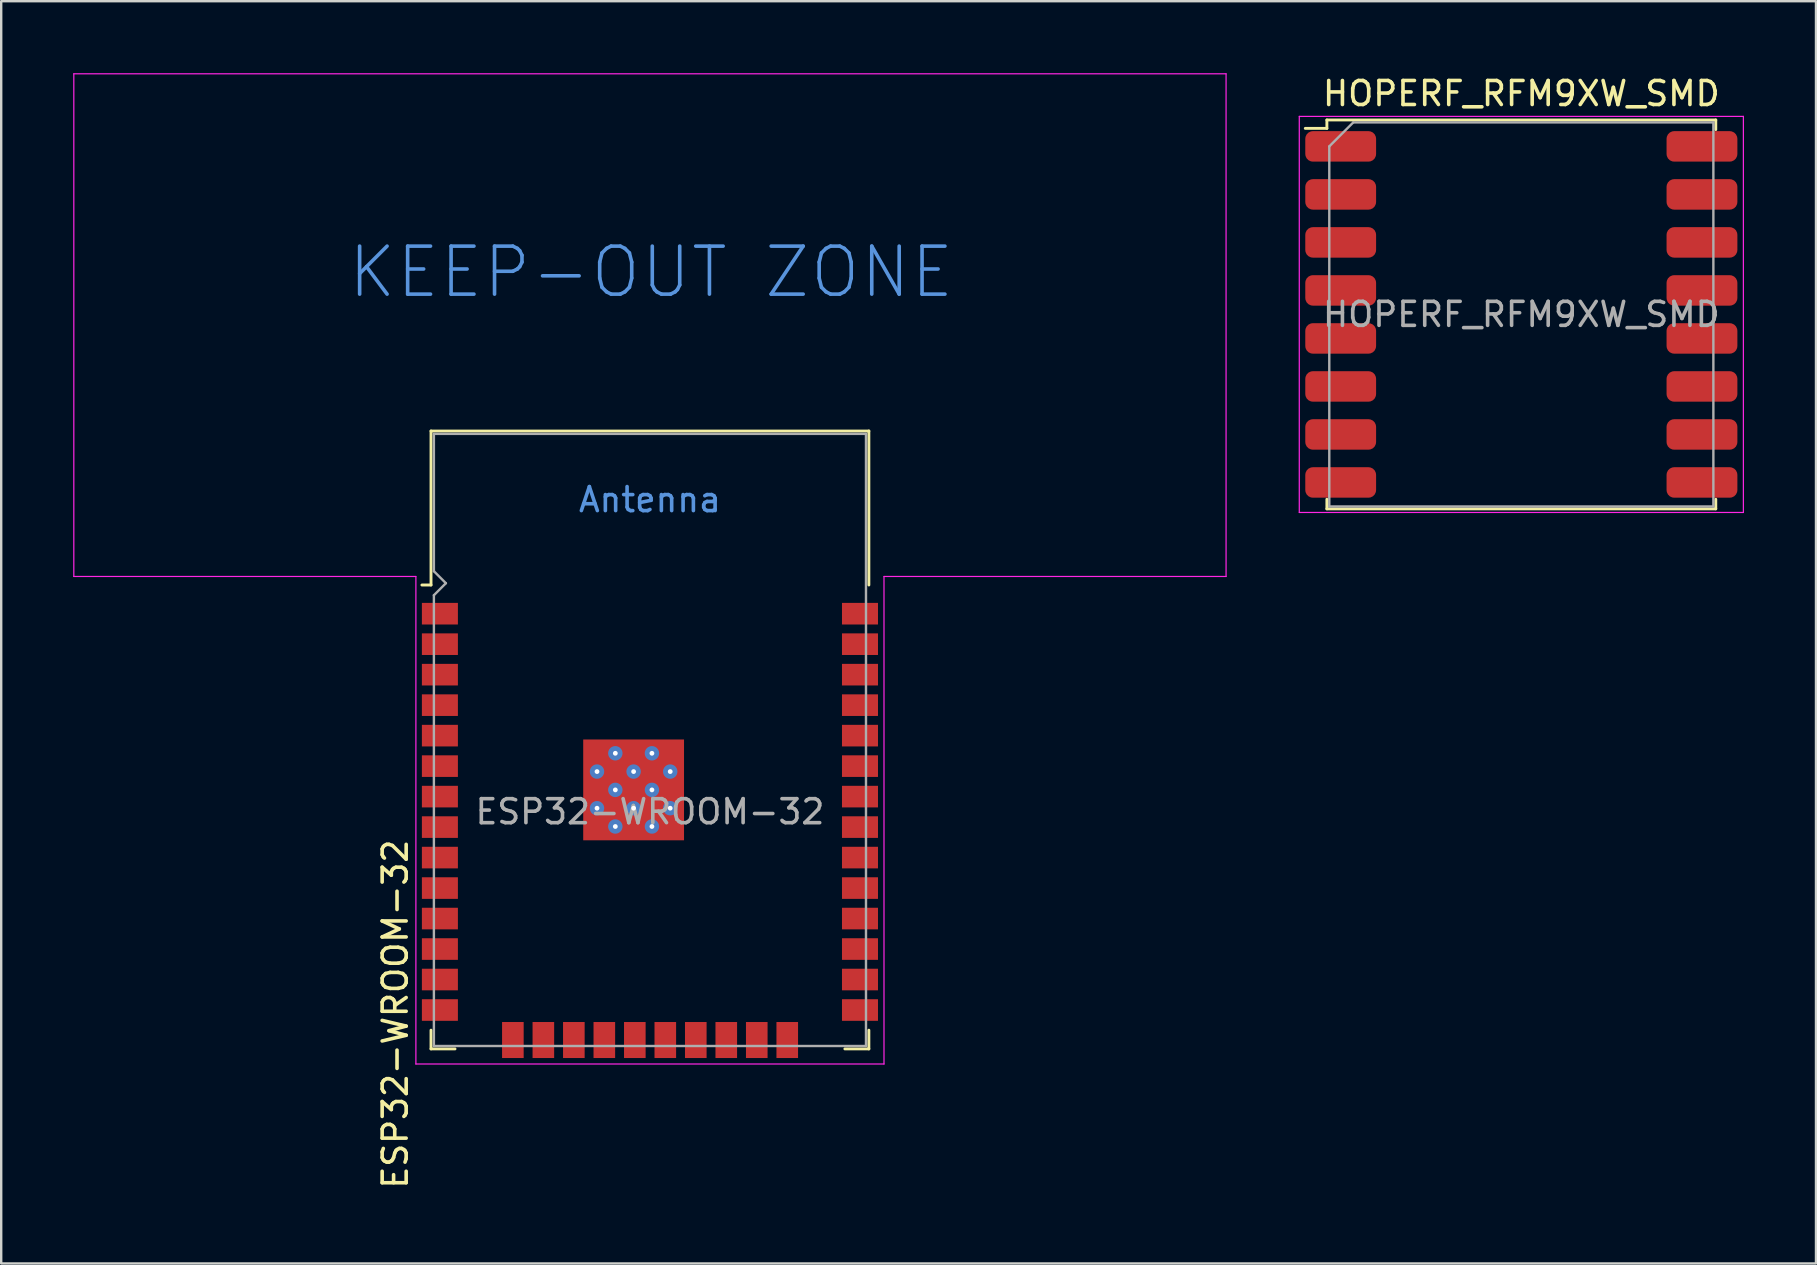
<source format=kicad_pcb>
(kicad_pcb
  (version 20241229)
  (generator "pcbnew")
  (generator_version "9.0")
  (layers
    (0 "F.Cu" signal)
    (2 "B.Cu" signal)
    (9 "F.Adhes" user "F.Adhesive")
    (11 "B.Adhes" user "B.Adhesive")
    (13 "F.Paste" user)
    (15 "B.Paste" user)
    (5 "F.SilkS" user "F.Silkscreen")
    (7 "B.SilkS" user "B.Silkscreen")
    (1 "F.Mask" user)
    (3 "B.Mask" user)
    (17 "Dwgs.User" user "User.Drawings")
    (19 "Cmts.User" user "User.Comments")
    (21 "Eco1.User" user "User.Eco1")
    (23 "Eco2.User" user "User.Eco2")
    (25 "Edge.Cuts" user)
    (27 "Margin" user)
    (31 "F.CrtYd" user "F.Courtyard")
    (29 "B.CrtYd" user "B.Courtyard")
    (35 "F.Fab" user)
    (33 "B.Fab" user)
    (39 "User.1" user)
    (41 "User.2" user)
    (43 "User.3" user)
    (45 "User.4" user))
  (footprint "HOPERF_RFM9XW_SMD"
    (layer "F.Cu")
    (at 60.325 10.048)
    (property "Reference" "HOPERF_RFM9XW_SMD" (at 0 -9.2 0) (layer "F.SilkS") (effects (font (size 1 1) (thickness 0.15))))
    (attr smd)
    (fp_line (start -8.1 -8.1) (end -8.1 -7.75) (stroke (width 0.12) (type solid)) (layer "F.SilkS"))
    (fp_line (start -8.1 -8.1) (end 8.1 -8.1) (stroke (width 0.12) (type solid)) (layer "F.SilkS"))
    (fp_line (start -8.1 -7.75) (end -9 -7.75) (stroke (width 0.12) (type solid)) (layer "F.SilkS"))
    (fp_line (start -8.1 7.7) (end -8.1 8.1) (stroke (width 0.12) (type solid)) (layer "F.SilkS"))
    (fp_line (start -8.1 8.1) (end 8.1 8.1) (stroke (width 0.12) (type solid)) (layer "F.SilkS"))
    (fp_line (start 8.1 -8.1) (end 8.1 -7.7) (stroke (width 0.12) (type solid)) (layer "F.SilkS"))
    (fp_line (start 8.1 8.1) (end 8.1 7.7) (stroke (width 0.12) (type solid)) (layer "F.SilkS"))
    (fp_line (start -9.25 -8.25) (end 9.25 -8.25) (stroke (width 0.05) (type solid)) (layer "F.CrtYd"))
    (fp_line (start -9.25 8.25) (end -9.25 -8.25) (stroke (width 0.05) (type solid)) (layer "F.CrtYd"))
    (fp_line (start -9.25 8.25) (end 9.25 8.25) (stroke (width 0.05) (type solid)) (layer "F.CrtYd"))
    (fp_line (start 9.25 -8.25) (end 9.25 8.25) (stroke (width 0.05) (type solid)) (layer "F.CrtYd"))
    (fp_line (start -8 8) (end -8 -7) (stroke (width 0.1) (type solid)) (layer "F.Fab"))
    (fp_line (start -8 8) (end 8 8) (stroke (width 0.1) (type solid)) (layer "F.Fab"))
    (fp_line (start -7 -8) (end -8 -7) (stroke (width 0.1) (type solid)) (layer "F.Fab"))
    (fp_line (start -7 -8) (end 8 -8) (stroke (width 0.1) (type solid)) (layer "F.Fab"))
    (fp_line (start 8 8) (end 8 -8) (stroke (width 0.1) (type solid)) (layer "F.Fab"))
    (fp_text user "${REFERENCE}" (at 0 0 0) (layer "F.Fab") (effects (font (size 1 1) (thickness 0.15))))
    (pad "1" smd roundrect (at -7.525 -7) (size 2.95 1.27) (layers "F.Cu" "F.Mask" "F.Paste") (roundrect_rratio 0.25))
    (pad "2" smd roundrect (at -7.525 -5) (size 2.95 1.27) (layers "F.Cu" "F.Mask" "F.Paste") (roundrect_rratio 0.25))
    (pad "3" smd roundrect (at -7.525 -3) (size 2.95 1.27) (layers "F.Cu" "F.Mask" "F.Paste") (roundrect_rratio 0.25))
    (pad "4" smd roundrect (at -7.525 -1) (size 2.95 1.27) (layers "F.Cu" "F.Mask" "F.Paste") (roundrect_rratio 0.25))
    (pad "5" smd roundrect (at -7.525 1) (size 2.95 1.27) (layers "F.Cu" "F.Mask" "F.Paste") (roundrect_rratio 0.25))
    (pad "6" smd roundrect (at -7.525 3) (size 2.95 1.27) (layers "F.Cu" "F.Mask" "F.Paste") (roundrect_rratio 0.25))
    (pad "7" smd roundrect (at -7.525 5) (size 2.95 1.27) (layers "F.Cu" "F.Mask" "F.Paste") (roundrect_rratio 0.25))
    (pad "8" smd roundrect (at -7.525 7) (size 2.95 1.27) (layers "F.Cu" "F.Mask" "F.Paste") (roundrect_rratio 0.25))
    (pad "9" smd roundrect (at 7.525 7) (size 2.95 1.27) (layers "F.Cu" "F.Mask" "F.Paste") (roundrect_rratio 0.25))
    (pad "10" smd roundrect (at 7.525 5) (size 2.95 1.27) (layers "F.Cu" "F.Mask" "F.Paste") (roundrect_rratio 0.25))
    (pad "11" smd roundrect (at 7.525 3) (size 2.95 1.27) (layers "F.Cu" "F.Mask" "F.Paste") (roundrect_rratio 0.25))
    (pad "12" smd roundrect (at 7.525 1) (size 2.95 1.27) (layers "F.Cu" "F.Mask" "F.Paste") (roundrect_rratio 0.25))
    (pad "13" smd roundrect (at 7.525 -1) (size 2.95 1.27) (layers "F.Cu" "F.Mask" "F.Paste") (roundrect_rratio 0.25))
    (pad "14" smd roundrect (at 7.525 -3) (size 2.95 1.27) (layers "F.Cu" "F.Mask" "F.Paste") (roundrect_rratio 0.25))
    (pad "15" smd roundrect (at 7.525 -5) (size 2.95 1.27) (layers "F.Cu" "F.Mask" "F.Paste") (roundrect_rratio 0.25))
    (pad "16" smd roundrect (at 7.525 -7) (size 2.95 1.27) (layers "F.Cu" "F.Mask" "F.Paste") (roundrect_rratio 0.25)))
  (footprint "ESP32-WROOM-32"
    (layer "F.Cu")
    (at 24.025 30.765)
    (property "Reference" "ESP32-WROOM-32" (at -10.61 8.43 90) (layer "F.SilkS") (effects (font (size 1 1) (thickness 0.15))))
    (attr smd)
    (fp_line (start -9.12 -15.86) (end -9.12 -9.445) (stroke (width 0.12) (type solid)) (layer "F.SilkS"))
    (fp_line (start -9.12 -15.86) (end 9.12 -15.86) (stroke (width 0.12) (type solid)) (layer "F.SilkS"))
    (fp_line (start -9.12 -9.445) (end -9.5 -9.445) (stroke (width 0.12) (type solid)) (layer "F.SilkS"))
    (fp_line (start -9.12 9.1) (end -9.12 9.88) (stroke (width 0.12) (type solid)) (layer "F.SilkS"))
    (fp_line (start -9.12 9.88) (end -8.12 9.88) (stroke (width 0.12) (type solid)) (layer "F.SilkS"))
    (fp_line (start 9.12 -15.86) (end 9.12 -9.445) (stroke (width 0.12) (type solid)) (layer "F.SilkS"))
    (fp_line (start 9.12 9.1) (end 9.12 9.88) (stroke (width 0.12) (type solid)) (layer "F.SilkS"))
    (fp_line (start 9.12 9.88) (end 8.12 9.88) (stroke (width 0.12) (type solid)) (layer "F.SilkS"))
    (fp_line (start -24 -30.74) (end -24 -9.8) (stroke (width 0.05) (type solid)) (layer "F.CrtYd"))
    (fp_line (start -24 -9.8) (end -9.75 -9.8) (stroke (width 0.05) (type solid)) (layer "F.CrtYd"))
    (fp_line (start -9.75 10.51) (end -9.75 -9.8) (stroke (width 0.05) (type solid)) (layer "F.CrtYd"))
    (fp_line (start -9.75 10.51) (end 9.75 10.51) (stroke (width 0.05) (type solid)) (layer "F.CrtYd"))
    (fp_line (start 9.75 -9.8) (end 9.75 10.51) (stroke (width 0.05) (type solid)) (layer "F.CrtYd"))
    (fp_line (start 9.75 -9.8) (end 24 -9.8) (stroke (width 0.05) (type solid)) (layer "F.CrtYd"))
    (fp_line (start 24 -30.74) (end -24 -30.74) (stroke (width 0.05) (type solid)) (layer "F.CrtYd"))
    (fp_line (start 24 -9.8) (end 24 -30.74) (stroke (width 0.05) (type solid)) (layer "F.CrtYd"))
    (fp_line (start -9 -15.74) (end -9 -10.02) (stroke (width 0.1) (type solid)) (layer "F.Fab"))
    (fp_line (start -9 -15.74) (end 9 -15.74) (stroke (width 0.1) (type solid)) (layer "F.Fab"))
    (fp_line (start -9 -9.02) (end -9 9.76) (stroke (width 0.1) (type solid)) (layer "F.Fab"))
    (fp_line (start -9 -9.02) (end -8.5 -9.52) (stroke (width 0.1) (type solid)) (layer "F.Fab"))
    (fp_line (start -9 9.76) (end 9 9.76) (stroke (width 0.1) (type solid)) (layer "F.Fab"))
    (fp_line (start -8.5 -9.52) (end -9 -10.02) (stroke (width 0.1) (type solid)) (layer "F.Fab"))
    (fp_line (start 9 9.76) (end 9 -15.74) (stroke (width 0.1) (type solid)) (layer "F.Fab"))
    (fp_text user "Antenna" (at 0 -13 0) (layer "Cmts.User") (effects (font (size 1 1) (thickness 0.15))))
    (fp_text user "KEEP-OUT ZONE" (at 0.05 -22.48 0) (layer "Cmts.User") (effects (font (size 2 2) (thickness 0.15))))
    (fp_text user "${REFERENCE}" (at 0 0 0) (layer "F.Fab") (effects (font (size 1 1) (thickness 0.15))))
    (pad "1" smd rect (at -8.75 -8.25) (size 1.5 0.9) (layers "F.Cu" "F.Mask" "F.Paste"))
    (pad "2" smd rect (at -8.75 -6.98) (size 1.5 0.9) (layers "F.Cu" "F.Mask" "F.Paste"))
    (pad "3" smd rect (at -8.75 -5.71) (size 1.5 0.9) (layers "F.Cu" "F.Mask" "F.Paste"))
    (pad "4" smd rect (at -8.75 -4.44) (size 1.5 0.9) (layers "F.Cu" "F.Mask" "F.Paste"))
    (pad "5" smd rect (at -8.75 -3.17) (size 1.5 0.9) (layers "F.Cu" "F.Mask" "F.Paste"))
    (pad "6" smd rect (at -8.75 -1.9) (size 1.5 0.9) (layers "F.Cu" "F.Mask" "F.Paste"))
    (pad "7" smd rect (at -8.75 -0.63) (size 1.5 0.9) (layers "F.Cu" "F.Mask" "F.Paste"))
    (pad "8" smd rect (at -8.75 0.64) (size 1.5 0.9) (layers "F.Cu" "F.Mask" "F.Paste"))
    (pad "9" smd rect (at -8.75 1.91) (size 1.5 0.9) (layers "F.Cu" "F.Mask" "F.Paste"))
    (pad "10" smd rect (at -8.75 3.18) (size 1.5 0.9) (layers "F.Cu" "F.Mask" "F.Paste"))
    (pad "11" smd rect (at -8.75 4.45) (size 1.5 0.9) (layers "F.Cu" "F.Mask" "F.Paste"))
    (pad "12" smd rect (at -8.75 5.72) (size 1.5 0.9) (layers "F.Cu" "F.Mask" "F.Paste"))
    (pad "13" smd rect (at -8.75 6.99) (size 1.5 0.9) (layers "F.Cu" "F.Mask" "F.Paste"))
    (pad "14" smd rect (at -8.75 8.26) (size 1.5 0.9) (layers "F.Cu" "F.Mask" "F.Paste"))
    (pad "15" smd rect (at -5.71 9.51 90) (size 1.5 0.9) (layers "F.Cu" "F.Mask" "F.Paste"))
    (pad "16" smd rect (at -4.44 9.51 90) (size 1.5 0.9) (layers "F.Cu" "F.Mask" "F.Paste"))
    (pad "17" smd rect (at -3.17 9.51 90) (size 1.5 0.9) (layers "F.Cu" "F.Mask" "F.Paste"))
    (pad "18" smd rect (at -1.9 9.51 90) (size 1.5 0.9) (layers "F.Cu" "F.Mask" "F.Paste"))
    (pad "19" smd rect (at -0.63 9.51 90) (size 1.5 0.9) (layers "F.Cu" "F.Mask" "F.Paste"))
    (pad "20" smd rect (at 0.64 9.51 90) (size 1.5 0.9) (layers "F.Cu" "F.Mask" "F.Paste"))
    (pad "21" smd rect (at 1.91 9.51 90) (size 1.5 0.9) (layers "F.Cu" "F.Mask" "F.Paste"))
    (pad "22" smd rect (at 3.18 9.51 90) (size 1.5 0.9) (layers "F.Cu" "F.Mask" "F.Paste"))
    (pad "23" smd rect (at 4.45 9.51 90) (size 1.5 0.9) (layers "F.Cu" "F.Mask" "F.Paste"))
    (pad "24" smd rect (at 5.72 9.51 90) (size 1.5 0.9) (layers "F.Cu" "F.Mask" "F.Paste"))
    (pad "25" smd rect (at 8.75 8.26) (size 1.5 0.9) (layers "F.Cu" "F.Mask" "F.Paste"))
    (pad "26" smd rect (at 8.75 6.99) (size 1.5 0.9) (layers "F.Cu" "F.Mask" "F.Paste"))
    (pad "27" smd rect (at 8.75 5.72) (size 1.5 0.9) (layers "F.Cu" "F.Mask" "F.Paste"))
    (pad "28" smd rect (at 8.75 4.45) (size 1.5 0.9) (layers "F.Cu" "F.Mask" "F.Paste"))
    (pad "29" smd rect (at 8.75 3.18) (size 1.5 0.9) (layers "F.Cu" "F.Mask" "F.Paste"))
    (pad "30" smd rect (at 8.75 1.91) (size 1.5 0.9) (layers "F.Cu" "F.Mask" "F.Paste"))
    (pad "31" smd rect (at 8.75 0.64) (size 1.5 0.9) (layers "F.Cu" "F.Mask" "F.Paste"))
    (pad "32" smd rect (at 8.75 -0.63) (size 1.5 0.9) (layers "F.Cu" "F.Mask" "F.Paste"))
    (pad "33" smd rect (at 8.75 -1.9) (size 1.5 0.9) (layers "F.Cu" "F.Mask" "F.Paste"))
    (pad "34" smd rect (at 8.75 -3.17) (size 1.5 0.9) (layers "F.Cu" "F.Mask" "F.Paste"))
    (pad "35" smd rect (at 8.75 -4.44) (size 1.5 0.9) (layers "F.Cu" "F.Mask" "F.Paste"))
    (pad "36" smd rect (at 8.75 -5.71) (size 1.5 0.9) (layers "F.Cu" "F.Mask" "F.Paste"))
    (pad "37" smd rect (at 8.75 -6.98) (size 1.5 0.9) (layers "F.Cu" "F.Mask" "F.Paste"))
    (pad "38" smd rect (at 8.75 -8.25) (size 1.5 0.9) (layers "F.Cu" "F.Mask" "F.Paste"))
    (pad "39" smd rect (at -2.205 -2.435) (size 1.05 1.05) (layers "F.Cu" "F.Paste"))
    (pad "39" thru_hole circle (at -2.205 -1.673) (size 0.6 0.6) (drill 0.2) (property pad_prop_heatsink) (layers "*.Cu" "F.Mask"))
    (pad "39" smd rect (at -2.205 -0.91) (size 1.05 1.05) (layers "F.Cu" "F.Paste"))
    (pad "39" thru_hole circle (at -2.205 -0.147) (size 0.6 0.6) (drill 0.2) (property pad_prop_heatsink) (layers "*.Cu" "F.Mask"))
    (pad "39" smd rect (at -2.205 0.615) (size 1.05 1.05) (layers "F.Cu" "F.Paste"))
    (pad "39" thru_hole circle (at -1.442 -2.435) (size 0.6 0.6) (drill 0.2) (property pad_prop_heatsink) (layers "*.Cu" "F.Mask"))
    (pad "39" thru_hole circle (at -1.442 -0.91) (size 0.6 0.6) (drill 0.2) (property pad_prop_heatsink) (layers "*.Cu" "F.Mask"))
    (pad "39" thru_hole circle (at -1.442 0.615) (size 0.6 0.6) (drill 0.2) (property pad_prop_heatsink) (layers "*.Cu" "F.Mask"))
    (pad "39" smd rect (at -0.68 -2.435) (size 1.05 1.05) (layers "F.Cu" "F.Paste"))
    (pad "39" thru_hole circle (at -0.68 -1.673) (size 0.6 0.6) (drill 0.2) (property pad_prop_heatsink) (layers "*.Cu" "F.Mask"))
    (pad "39" smd rect (at -0.68 -0.91) (size 1.05 1.05) (layers "F.Cu" "F.Paste"))
    (pad "39" smd rect (at -0.68 -0.91) (size 4.2 4.2) (layers "F.Cu" "F.Mask"))
    (pad "39" thru_hole circle (at -0.68 -0.147) (size 0.6 0.6) (drill 0.2) (property pad_prop_heatsink) (layers "*.Cu" "F.Mask"))
    (pad "39" smd rect (at -0.68 0.615) (size 1.05 1.05) (layers "F.Cu" "F.Paste"))
    (pad "39" thru_hole circle (at 0.083 -2.435) (size 0.6 0.6) (drill 0.2) (property pad_prop_heatsink) (layers "*.Cu" "F.Mask"))
    (pad "39" thru_hole circle (at 0.083 -0.91) (size 0.6 0.6) (drill 0.2) (property pad_prop_heatsink) (layers "*.Cu" "F.Mask"))
    (pad "39" thru_hole circle (at 0.083 0.615) (size 0.6 0.6) (drill 0.2) (property pad_prop_heatsink) (layers "*.Cu" "F.Mask"))
    (pad "39" smd rect (at 0.845 -2.435) (size 1.05 1.05) (layers "F.Cu" "F.Paste"))
    (pad "39" thru_hole circle (at 0.845 -1.673) (size 0.6 0.6) (drill 0.2) (property pad_prop_heatsink) (layers "*.Cu" "F.Mask"))
    (pad "39" smd rect (at 0.845 -0.91) (size 1.05 1.05) (layers "F.Cu" "F.Paste"))
    (pad "39" thru_hole circle (at 0.845 -0.147) (size 0.6 0.6) (drill 0.2) (property pad_prop_heatsink) (layers "*.Cu" "F.Mask"))
    (pad "39" smd rect (at 0.845 0.615) (size 1.05 1.05) (layers "F.Cu" "F.Paste"))
    (zone (net_name "") (layers "F.Cu" "B.Cu") (hatch full 0.508) (connect_pads) (min_thickness 0.254) (filled_areas_thickness no) (keepout (tracks not_allowed) (vias not_allowed) (pads not_allowed) (copperpour not_allowed) (footprints not_allowed)) (placement (enabled no)) (fill) (polygon (pts (xy 0.025 20.965) (xy 48.025 20.965) (xy 48.025 0.025) (xy 0.025 0.025)))))
  (gr_rect
    (start -3 -3)
    (end 72.6 49.582)
    (stroke (width 0.1) (type default))
    (fill no)
    (layer "Edge.Cuts")))
</source>
